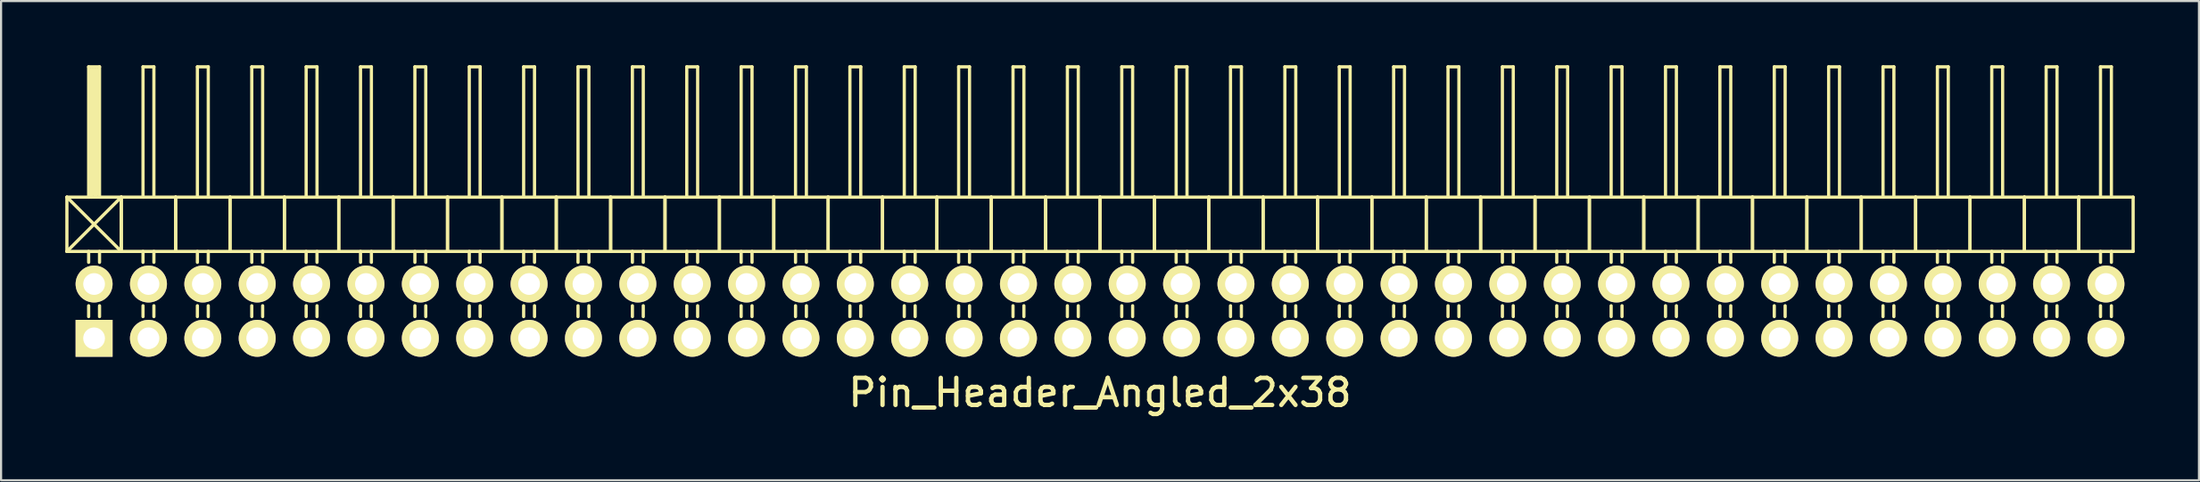
<source format=kicad_pcb>
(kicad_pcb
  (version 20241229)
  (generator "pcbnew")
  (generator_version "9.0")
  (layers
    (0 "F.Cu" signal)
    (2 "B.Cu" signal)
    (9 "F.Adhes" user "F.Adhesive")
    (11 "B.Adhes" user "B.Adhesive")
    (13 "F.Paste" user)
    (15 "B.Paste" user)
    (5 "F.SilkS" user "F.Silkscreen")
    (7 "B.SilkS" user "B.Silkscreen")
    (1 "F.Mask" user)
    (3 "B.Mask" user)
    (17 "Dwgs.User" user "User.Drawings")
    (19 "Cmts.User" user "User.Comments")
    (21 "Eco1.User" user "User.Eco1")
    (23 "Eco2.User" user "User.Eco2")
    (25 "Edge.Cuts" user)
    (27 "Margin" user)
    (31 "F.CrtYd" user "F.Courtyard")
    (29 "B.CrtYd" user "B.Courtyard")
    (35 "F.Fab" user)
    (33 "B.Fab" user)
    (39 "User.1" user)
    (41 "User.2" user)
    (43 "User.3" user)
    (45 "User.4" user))
  (footprint "Pin_Header_Angled_2x38"
    (layer "F.Cu")
    (at 48.335 11.505)
    (property "Reference" "Pin_Header_Angled_2x38" (at 0 3.81 0) (layer "F.SilkS") (effects (font (size 1.27 1.27) (thickness 0.203))))
    (attr through_hole)
    (fp_line (start -48.26 -5.334) (end -45.72 -2.794) (stroke (width 0.15) (type solid)) (layer "F.SilkS"))
    (fp_line (start -48.26 -2.794) (end -48.26 -5.334) (stroke (width 0.15) (type solid)) (layer "F.SilkS"))
    (fp_line (start -48.26 -2.794) (end -45.72 -5.334) (stroke (width 0.15) (type solid)) (layer "F.SilkS"))
    (fp_line (start -48.26 -2.794) (end -45.72 -2.794) (stroke (width 0.15) (type solid)) (layer "F.SilkS"))
    (fp_line (start -47.244 -11.43) (end -46.736 -11.43) (stroke (width 0.15) (type solid)) (layer "F.SilkS"))
    (fp_line (start -47.244 -5.334) (end -47.244 -11.43) (stroke (width 0.15) (type solid)) (layer "F.SilkS"))
    (fp_line (start -47.244 -2.794) (end -47.244 -2.286) (stroke (width 0.15) (type solid)) (layer "F.SilkS"))
    (fp_line (start -47.244 -0.254) (end -47.244 0.254) (stroke (width 0.15) (type solid)) (layer "F.SilkS"))
    (fp_line (start -47.117 -11.303) (end -46.863 -11.303) (stroke (width 0.15) (type solid)) (layer "F.SilkS"))
    (fp_line (start -47.117 -5.334) (end -47.117 -11.303) (stroke (width 0.15) (type solid)) (layer "F.SilkS"))
    (fp_line (start -46.99 -5.461) (end -46.99 -11.303) (stroke (width 0.15) (type solid)) (layer "F.SilkS"))
    (fp_line (start -46.863 -11.303) (end -46.863 -5.461) (stroke (width 0.15) (type solid)) (layer "F.SilkS"))
    (fp_line (start -46.863 -5.461) (end -46.99 -5.461) (stroke (width 0.15) (type solid)) (layer "F.SilkS"))
    (fp_line (start -46.736 -11.43) (end -46.736 -5.334) (stroke (width 0.15) (type solid)) (layer "F.SilkS"))
    (fp_line (start -46.736 -2.794) (end -46.736 -2.286) (stroke (width 0.15) (type solid)) (layer "F.SilkS"))
    (fp_line (start -46.736 -0.254) (end -46.736 0.254) (stroke (width 0.15) (type solid)) (layer "F.SilkS"))
    (fp_line (start -45.72 -5.334) (end -48.26 -5.334) (stroke (width 0.15) (type solid)) (layer "F.SilkS"))
    (fp_line (start -45.72 -2.794) (end -45.72 -5.334) (stroke (width 0.15) (type solid)) (layer "F.SilkS"))
    (fp_line (start -45.72 -2.794) (end -45.72 -5.334) (stroke (width 0.15) (type solid)) (layer "F.SilkS"))
    (fp_line (start -45.72 -2.794) (end -43.18 -2.794) (stroke (width 0.15) (type solid)) (layer "F.SilkS"))
    (fp_line (start -44.704 -11.43) (end -44.196 -11.43) (stroke (width 0.15) (type solid)) (layer "F.SilkS"))
    (fp_line (start -44.704 -5.334) (end -44.704 -11.43) (stroke (width 0.15) (type solid)) (layer "F.SilkS"))
    (fp_line (start -44.704 -2.794) (end -44.704 -2.286) (stroke (width 0.15) (type solid)) (layer "F.SilkS"))
    (fp_line (start -44.704 -0.254) (end -44.704 0.254) (stroke (width 0.15) (type solid)) (layer "F.SilkS"))
    (fp_line (start -44.196 -11.43) (end -44.196 -5.334) (stroke (width 0.15) (type solid)) (layer "F.SilkS"))
    (fp_line (start -44.196 -2.794) (end -44.196 -2.286) (stroke (width 0.15) (type solid)) (layer "F.SilkS"))
    (fp_line (start -44.196 -0.254) (end -44.196 0.254) (stroke (width 0.15) (type solid)) (layer "F.SilkS"))
    (fp_line (start -43.18 -5.334) (end -45.72 -5.334) (stroke (width 0.15) (type solid)) (layer "F.SilkS"))
    (fp_line (start -43.18 -2.794) (end -43.18 -5.334) (stroke (width 0.15) (type solid)) (layer "F.SilkS"))
    (fp_line (start -43.18 -2.794) (end -43.18 -5.334) (stroke (width 0.15) (type solid)) (layer "F.SilkS"))
    (fp_line (start -43.18 -2.794) (end -40.64 -2.794) (stroke (width 0.15) (type solid)) (layer "F.SilkS"))
    (fp_line (start -42.164 -11.43) (end -41.656 -11.43) (stroke (width 0.15) (type solid)) (layer "F.SilkS"))
    (fp_line (start -42.164 -5.334) (end -42.164 -11.43) (stroke (width 0.15) (type solid)) (layer "F.SilkS"))
    (fp_line (start -42.164 -2.794) (end -42.164 -2.286) (stroke (width 0.15) (type solid)) (layer "F.SilkS"))
    (fp_line (start -42.164 -0.254) (end -42.164 0.254) (stroke (width 0.15) (type solid)) (layer "F.SilkS"))
    (fp_line (start -41.656 -11.43) (end -41.656 -5.334) (stroke (width 0.15) (type solid)) (layer "F.SilkS"))
    (fp_line (start -41.656 -2.794) (end -41.656 -2.286) (stroke (width 0.15) (type solid)) (layer "F.SilkS"))
    (fp_line (start -41.656 -0.254) (end -41.656 0.254) (stroke (width 0.15) (type solid)) (layer "F.SilkS"))
    (fp_line (start -40.64 -5.334) (end -43.18 -5.334) (stroke (width 0.15) (type solid)) (layer "F.SilkS"))
    (fp_line (start -40.64 -2.794) (end -40.64 -5.334) (stroke (width 0.15) (type solid)) (layer "F.SilkS"))
    (fp_line (start -40.64 -2.794) (end -40.64 -5.334) (stroke (width 0.15) (type solid)) (layer "F.SilkS"))
    (fp_line (start -40.64 -2.794) (end -38.1 -2.794) (stroke (width 0.15) (type solid)) (layer "F.SilkS"))
    (fp_line (start -39.624 -11.43) (end -39.116 -11.43) (stroke (width 0.15) (type solid)) (layer "F.SilkS"))
    (fp_line (start -39.624 -5.334) (end -39.624 -11.43) (stroke (width 0.15) (type solid)) (layer "F.SilkS"))
    (fp_line (start -39.624 -2.794) (end -39.624 -2.286) (stroke (width 0.15) (type solid)) (layer "F.SilkS"))
    (fp_line (start -39.624 -0.254) (end -39.624 0.254) (stroke (width 0.15) (type solid)) (layer "F.SilkS"))
    (fp_line (start -39.116 -11.43) (end -39.116 -5.334) (stroke (width 0.15) (type solid)) (layer "F.SilkS"))
    (fp_line (start -39.116 -2.794) (end -39.116 -2.286) (stroke (width 0.15) (type solid)) (layer "F.SilkS"))
    (fp_line (start -39.116 -0.254) (end -39.116 0.254) (stroke (width 0.15) (type solid)) (layer "F.SilkS"))
    (fp_line (start -38.1 -5.334) (end -40.64 -5.334) (stroke (width 0.15) (type solid)) (layer "F.SilkS"))
    (fp_line (start -38.1 -2.794) (end -38.1 -5.334) (stroke (width 0.15) (type solid)) (layer "F.SilkS"))
    (fp_line (start -38.1 -2.794) (end -38.1 -5.334) (stroke (width 0.15) (type solid)) (layer "F.SilkS"))
    (fp_line (start -38.1 -2.794) (end -35.56 -2.794) (stroke (width 0.15) (type solid)) (layer "F.SilkS"))
    (fp_line (start -37.084 -11.43) (end -36.576 -11.43) (stroke (width 0.15) (type solid)) (layer "F.SilkS"))
    (fp_line (start -37.084 -5.334) (end -37.084 -11.43) (stroke (width 0.15) (type solid)) (layer "F.SilkS"))
    (fp_line (start -37.084 -2.794) (end -37.084 -2.286) (stroke (width 0.15) (type solid)) (layer "F.SilkS"))
    (fp_line (start -37.084 -0.254) (end -37.084 0.254) (stroke (width 0.15) (type solid)) (layer "F.SilkS"))
    (fp_line (start -36.576 -11.43) (end -36.576 -5.334) (stroke (width 0.15) (type solid)) (layer "F.SilkS"))
    (fp_line (start -36.576 -2.794) (end -36.576 -2.286) (stroke (width 0.15) (type solid)) (layer "F.SilkS"))
    (fp_line (start -36.576 -0.254) (end -36.576 0.254) (stroke (width 0.15) (type solid)) (layer "F.SilkS"))
    (fp_line (start -35.56 -5.334) (end -38.1 -5.334) (stroke (width 0.15) (type solid)) (layer "F.SilkS"))
    (fp_line (start -35.56 -2.794) (end -35.56 -5.334) (stroke (width 0.15) (type solid)) (layer "F.SilkS"))
    (fp_line (start -35.56 -2.794) (end -35.56 -5.334) (stroke (width 0.15) (type solid)) (layer "F.SilkS"))
    (fp_line (start -35.56 -2.794) (end -33.02 -2.794) (stroke (width 0.15) (type solid)) (layer "F.SilkS"))
    (fp_line (start -34.544 -11.43) (end -34.036 -11.43) (stroke (width 0.15) (type solid)) (layer "F.SilkS"))
    (fp_line (start -34.544 -5.334) (end -34.544 -11.43) (stroke (width 0.15) (type solid)) (layer "F.SilkS"))
    (fp_line (start -34.544 -2.794) (end -34.544 -2.286) (stroke (width 0.15) (type solid)) (layer "F.SilkS"))
    (fp_line (start -34.544 -0.254) (end -34.544 0.254) (stroke (width 0.15) (type solid)) (layer "F.SilkS"))
    (fp_line (start -34.036 -11.43) (end -34.036 -5.334) (stroke (width 0.15) (type solid)) (layer "F.SilkS"))
    (fp_line (start -34.036 -2.794) (end -34.036 -2.286) (stroke (width 0.15) (type solid)) (layer "F.SilkS"))
    (fp_line (start -34.036 -0.254) (end -34.036 0.254) (stroke (width 0.15) (type solid)) (layer "F.SilkS"))
    (fp_line (start -33.02 -5.334) (end -35.56 -5.334) (stroke (width 0.15) (type solid)) (layer "F.SilkS"))
    (fp_line (start -33.02 -2.794) (end -33.02 -5.334) (stroke (width 0.15) (type solid)) (layer "F.SilkS"))
    (fp_line (start -33.02 -2.794) (end -33.02 -5.334) (stroke (width 0.15) (type solid)) (layer "F.SilkS"))
    (fp_line (start -33.02 -2.794) (end -30.48 -2.794) (stroke (width 0.15) (type solid)) (layer "F.SilkS"))
    (fp_line (start -32.004 -11.43) (end -31.496 -11.43) (stroke (width 0.15) (type solid)) (layer "F.SilkS"))
    (fp_line (start -32.004 -5.334) (end -32.004 -11.43) (stroke (width 0.15) (type solid)) (layer "F.SilkS"))
    (fp_line (start -32.004 -2.794) (end -32.004 -2.286) (stroke (width 0.15) (type solid)) (layer "F.SilkS"))
    (fp_line (start -32.004 -0.254) (end -32.004 0.254) (stroke (width 0.15) (type solid)) (layer "F.SilkS"))
    (fp_line (start -31.496 -11.43) (end -31.496 -5.334) (stroke (width 0.15) (type solid)) (layer "F.SilkS"))
    (fp_line (start -31.496 -2.794) (end -31.496 -2.286) (stroke (width 0.15) (type solid)) (layer "F.SilkS"))
    (fp_line (start -31.496 -0.254) (end -31.496 0.254) (stroke (width 0.15) (type solid)) (layer "F.SilkS"))
    (fp_line (start -30.48 -5.334) (end -33.02 -5.334) (stroke (width 0.15) (type solid)) (layer "F.SilkS"))
    (fp_line (start -30.48 -2.794) (end -30.48 -5.334) (stroke (width 0.15) (type solid)) (layer "F.SilkS"))
    (fp_line (start -30.48 -2.794) (end -30.48 -5.334) (stroke (width 0.15) (type solid)) (layer "F.SilkS"))
    (fp_line (start -30.48 -2.794) (end -27.94 -2.794) (stroke (width 0.15) (type solid)) (layer "F.SilkS"))
    (fp_line (start -29.464 -11.43) (end -28.956 -11.43) (stroke (width 0.15) (type solid)) (layer "F.SilkS"))
    (fp_line (start -29.464 -5.334) (end -29.464 -11.43) (stroke (width 0.15) (type solid)) (layer "F.SilkS"))
    (fp_line (start -29.464 -2.794) (end -29.464 -2.286) (stroke (width 0.15) (type solid)) (layer "F.SilkS"))
    (fp_line (start -29.464 -0.254) (end -29.464 0.254) (stroke (width 0.15) (type solid)) (layer "F.SilkS"))
    (fp_line (start -28.956 -11.43) (end -28.956 -5.334) (stroke (width 0.15) (type solid)) (layer "F.SilkS"))
    (fp_line (start -28.956 -2.794) (end -28.956 -2.286) (stroke (width 0.15) (type solid)) (layer "F.SilkS"))
    (fp_line (start -28.956 -0.254) (end -28.956 0.254) (stroke (width 0.15) (type solid)) (layer "F.SilkS"))
    (fp_line (start -27.94 -5.334) (end -30.48 -5.334) (stroke (width 0.15) (type solid)) (layer "F.SilkS"))
    (fp_line (start -27.94 -2.794) (end -27.94 -5.334) (stroke (width 0.15) (type solid)) (layer "F.SilkS"))
    (fp_line (start -27.94 -2.794) (end -27.94 -5.334) (stroke (width 0.15) (type solid)) (layer "F.SilkS"))
    (fp_line (start -27.94 -2.794) (end -25.4 -2.794) (stroke (width 0.15) (type solid)) (layer "F.SilkS"))
    (fp_line (start -26.924 -11.43) (end -26.416 -11.43) (stroke (width 0.15) (type solid)) (layer "F.SilkS"))
    (fp_line (start -26.924 -5.334) (end -26.924 -11.43) (stroke (width 0.15) (type solid)) (layer "F.SilkS"))
    (fp_line (start -26.924 -2.794) (end -26.924 -2.286) (stroke (width 0.15) (type solid)) (layer "F.SilkS"))
    (fp_line (start -26.924 -0.254) (end -26.924 0.254) (stroke (width 0.15) (type solid)) (layer "F.SilkS"))
    (fp_line (start -26.416 -11.43) (end -26.416 -5.334) (stroke (width 0.15) (type solid)) (layer "F.SilkS"))
    (fp_line (start -26.416 -2.794) (end -26.416 -2.286) (stroke (width 0.15) (type solid)) (layer "F.SilkS"))
    (fp_line (start -26.416 -0.254) (end -26.416 0.254) (stroke (width 0.15) (type solid)) (layer "F.SilkS"))
    (fp_line (start -25.4 -5.334) (end -27.94 -5.334) (stroke (width 0.15) (type solid)) (layer "F.SilkS"))
    (fp_line (start -25.4 -2.794) (end -25.4 -5.334) (stroke (width 0.15) (type solid)) (layer "F.SilkS"))
    (fp_line (start -25.4 -2.794) (end -25.4 -5.334) (stroke (width 0.15) (type solid)) (layer "F.SilkS"))
    (fp_line (start -25.4 -2.794) (end -22.86 -2.794) (stroke (width 0.15) (type solid)) (layer "F.SilkS"))
    (fp_line (start -24.384 -11.43) (end -23.876 -11.43) (stroke (width 0.15) (type solid)) (layer "F.SilkS"))
    (fp_line (start -24.384 -5.334) (end -24.384 -11.43) (stroke (width 0.15) (type solid)) (layer "F.SilkS"))
    (fp_line (start -24.384 -2.794) (end -24.384 -2.286) (stroke (width 0.15) (type solid)) (layer "F.SilkS"))
    (fp_line (start -24.384 -0.254) (end -24.384 0.254) (stroke (width 0.15) (type solid)) (layer "F.SilkS"))
    (fp_line (start -23.876 -11.43) (end -23.876 -5.334) (stroke (width 0.15) (type solid)) (layer "F.SilkS"))
    (fp_line (start -23.876 -2.794) (end -23.876 -2.286) (stroke (width 0.15) (type solid)) (layer "F.SilkS"))
    (fp_line (start -23.876 -0.254) (end -23.876 0.254) (stroke (width 0.15) (type solid)) (layer "F.SilkS"))
    (fp_line (start -22.86 -5.334) (end -25.4 -5.334) (stroke (width 0.15) (type solid)) (layer "F.SilkS"))
    (fp_line (start -22.86 -2.794) (end -22.86 -5.334) (stroke (width 0.15) (type solid)) (layer "F.SilkS"))
    (fp_line (start -22.86 -2.794) (end -22.86 -5.334) (stroke (width 0.15) (type solid)) (layer "F.SilkS"))
    (fp_line (start -22.86 -2.794) (end -20.32 -2.794) (stroke (width 0.15) (type solid)) (layer "F.SilkS"))
    (fp_line (start -21.844 -11.43) (end -21.336 -11.43) (stroke (width 0.15) (type solid)) (layer "F.SilkS"))
    (fp_line (start -21.844 -5.334) (end -21.844 -11.43) (stroke (width 0.15) (type solid)) (layer "F.SilkS"))
    (fp_line (start -21.844 -2.794) (end -21.844 -2.286) (stroke (width 0.15) (type solid)) (layer "F.SilkS"))
    (fp_line (start -21.844 -0.254) (end -21.844 0.254) (stroke (width 0.15) (type solid)) (layer "F.SilkS"))
    (fp_line (start -21.336 -11.43) (end -21.336 -5.334) (stroke (width 0.15) (type solid)) (layer "F.SilkS"))
    (fp_line (start -21.336 -2.794) (end -21.336 -2.286) (stroke (width 0.15) (type solid)) (layer "F.SilkS"))
    (fp_line (start -21.336 -0.254) (end -21.336 0.254) (stroke (width 0.15) (type solid)) (layer "F.SilkS"))
    (fp_line (start -20.32 -5.334) (end -22.86 -5.334) (stroke (width 0.15) (type solid)) (layer "F.SilkS"))
    (fp_line (start -20.32 -2.794) (end -20.32 -5.334) (stroke (width 0.15) (type solid)) (layer "F.SilkS"))
    (fp_line (start -20.32 -2.794) (end -20.32 -5.334) (stroke (width 0.15) (type solid)) (layer "F.SilkS"))
    (fp_line (start -20.32 -2.794) (end -17.78 -2.794) (stroke (width 0.15) (type solid)) (layer "F.SilkS"))
    (fp_line (start -19.304 -11.43) (end -18.796 -11.43) (stroke (width 0.15) (type solid)) (layer "F.SilkS"))
    (fp_line (start -19.304 -5.334) (end -19.304 -11.43) (stroke (width 0.15) (type solid)) (layer "F.SilkS"))
    (fp_line (start -19.304 -2.794) (end -19.304 -2.286) (stroke (width 0.15) (type solid)) (layer "F.SilkS"))
    (fp_line (start -19.304 -0.254) (end -19.304 0.254) (stroke (width 0.15) (type solid)) (layer "F.SilkS"))
    (fp_line (start -18.796 -11.43) (end -18.796 -5.334) (stroke (width 0.15) (type solid)) (layer "F.SilkS"))
    (fp_line (start -18.796 -2.794) (end -18.796 -2.286) (stroke (width 0.15) (type solid)) (layer "F.SilkS"))
    (fp_line (start -18.796 -0.254) (end -18.796 0.254) (stroke (width 0.15) (type solid)) (layer "F.SilkS"))
    (fp_line (start -17.78 -5.334) (end -20.32 -5.334) (stroke (width 0.15) (type solid)) (layer "F.SilkS"))
    (fp_line (start -17.78 -2.794) (end -17.78 -5.334) (stroke (width 0.15) (type solid)) (layer "F.SilkS"))
    (fp_line (start -17.78 -2.794) (end -17.78 -5.334) (stroke (width 0.15) (type solid)) (layer "F.SilkS"))
    (fp_line (start -17.78 -2.794) (end -15.24 -2.794) (stroke (width 0.15) (type solid)) (layer "F.SilkS"))
    (fp_line (start -16.764 -11.43) (end -16.256 -11.43) (stroke (width 0.15) (type solid)) (layer "F.SilkS"))
    (fp_line (start -16.764 -5.334) (end -16.764 -11.43) (stroke (width 0.15) (type solid)) (layer "F.SilkS"))
    (fp_line (start -16.764 -2.794) (end -16.764 -2.286) (stroke (width 0.15) (type solid)) (layer "F.SilkS"))
    (fp_line (start -16.764 -0.254) (end -16.764 0.254) (stroke (width 0.15) (type solid)) (layer "F.SilkS"))
    (fp_line (start -16.256 -11.43) (end -16.256 -5.334) (stroke (width 0.15) (type solid)) (layer "F.SilkS"))
    (fp_line (start -16.256 -2.794) (end -16.256 -2.286) (stroke (width 0.15) (type solid)) (layer "F.SilkS"))
    (fp_line (start -16.256 -0.254) (end -16.256 0.254) (stroke (width 0.15) (type solid)) (layer "F.SilkS"))
    (fp_line (start -15.24 -5.334) (end -17.78 -5.334) (stroke (width 0.15) (type solid)) (layer "F.SilkS"))
    (fp_line (start -15.24 -2.794) (end -15.24 -5.334) (stroke (width 0.15) (type solid)) (layer "F.SilkS"))
    (fp_line (start -15.24 -2.794) (end -15.24 -5.334) (stroke (width 0.15) (type solid)) (layer "F.SilkS"))
    (fp_line (start -15.24 -2.794) (end -12.7 -2.794) (stroke (width 0.15) (type solid)) (layer "F.SilkS"))
    (fp_line (start -14.224 -11.43) (end -13.716 -11.43) (stroke (width 0.15) (type solid)) (layer "F.SilkS"))
    (fp_line (start -14.224 -5.334) (end -14.224 -11.43) (stroke (width 0.15) (type solid)) (layer "F.SilkS"))
    (fp_line (start -14.224 -2.794) (end -14.224 -2.286) (stroke (width 0.15) (type solid)) (layer "F.SilkS"))
    (fp_line (start -14.224 -0.254) (end -14.224 0.254) (stroke (width 0.15) (type solid)) (layer "F.SilkS"))
    (fp_line (start -13.716 -11.43) (end -13.716 -5.334) (stroke (width 0.15) (type solid)) (layer "F.SilkS"))
    (fp_line (start -13.716 -2.794) (end -13.716 -2.286) (stroke (width 0.15) (type solid)) (layer "F.SilkS"))
    (fp_line (start -13.716 -0.254) (end -13.716 0.254) (stroke (width 0.15) (type solid)) (layer "F.SilkS"))
    (fp_line (start -12.7 -5.334) (end -15.24 -5.334) (stroke (width 0.15) (type solid)) (layer "F.SilkS"))
    (fp_line (start -12.7 -2.794) (end -12.7 -5.334) (stroke (width 0.15) (type solid)) (layer "F.SilkS"))
    (fp_line (start -12.7 -2.794) (end -12.7 -5.334) (stroke (width 0.15) (type solid)) (layer "F.SilkS"))
    (fp_line (start -12.7 -2.794) (end -10.16 -2.794) (stroke (width 0.15) (type solid)) (layer "F.SilkS"))
    (fp_line (start -11.684 -11.43) (end -11.176 -11.43) (stroke (width 0.15) (type solid)) (layer "F.SilkS"))
    (fp_line (start -11.684 -5.334) (end -11.684 -11.43) (stroke (width 0.15) (type solid)) (layer "F.SilkS"))
    (fp_line (start -11.684 -2.794) (end -11.684 -2.286) (stroke (width 0.15) (type solid)) (layer "F.SilkS"))
    (fp_line (start -11.684 -0.254) (end -11.684 0.254) (stroke (width 0.15) (type solid)) (layer "F.SilkS"))
    (fp_line (start -11.176 -11.43) (end -11.176 -5.334) (stroke (width 0.15) (type solid)) (layer "F.SilkS"))
    (fp_line (start -11.176 -2.794) (end -11.176 -2.286) (stroke (width 0.15) (type solid)) (layer "F.SilkS"))
    (fp_line (start -11.176 -0.254) (end -11.176 0.254) (stroke (width 0.15) (type solid)) (layer "F.SilkS"))
    (fp_line (start -10.16 -5.334) (end -12.7 -5.334) (stroke (width 0.15) (type solid)) (layer "F.SilkS"))
    (fp_line (start -10.16 -2.794) (end -10.16 -5.334) (stroke (width 0.15) (type solid)) (layer "F.SilkS"))
    (fp_line (start -10.16 -2.794) (end -10.16 -5.334) (stroke (width 0.15) (type solid)) (layer "F.SilkS"))
    (fp_line (start -10.16 -2.794) (end -7.62 -2.794) (stroke (width 0.15) (type solid)) (layer "F.SilkS"))
    (fp_line (start -9.144 -11.43) (end -8.636 -11.43) (stroke (width 0.15) (type solid)) (layer "F.SilkS"))
    (fp_line (start -9.144 -5.334) (end -9.144 -11.43) (stroke (width 0.15) (type solid)) (layer "F.SilkS"))
    (fp_line (start -9.144 -2.794) (end -9.144 -2.286) (stroke (width 0.15) (type solid)) (layer "F.SilkS"))
    (fp_line (start -9.144 -0.254) (end -9.144 0.254) (stroke (width 0.15) (type solid)) (layer "F.SilkS"))
    (fp_line (start -8.636 -11.43) (end -8.636 -5.334) (stroke (width 0.15) (type solid)) (layer "F.SilkS"))
    (fp_line (start -8.636 -2.794) (end -8.636 -2.286) (stroke (width 0.15) (type solid)) (layer "F.SilkS"))
    (fp_line (start -8.636 -0.254) (end -8.636 0.254) (stroke (width 0.15) (type solid)) (layer "F.SilkS"))
    (fp_line (start -7.62 -5.334) (end -10.16 -5.334) (stroke (width 0.15) (type solid)) (layer "F.SilkS"))
    (fp_line (start -7.62 -2.794) (end -7.62 -5.334) (stroke (width 0.15) (type solid)) (layer "F.SilkS"))
    (fp_line (start -7.62 -2.794) (end -7.62 -5.334) (stroke (width 0.15) (type solid)) (layer "F.SilkS"))
    (fp_line (start -7.62 -2.794) (end -5.08 -2.794) (stroke (width 0.15) (type solid)) (layer "F.SilkS"))
    (fp_line (start -6.604 -11.43) (end -6.096 -11.43) (stroke (width 0.15) (type solid)) (layer "F.SilkS"))
    (fp_line (start -6.604 -5.334) (end -6.604 -11.43) (stroke (width 0.15) (type solid)) (layer "F.SilkS"))
    (fp_line (start -6.604 -2.794) (end -6.604 -2.286) (stroke (width 0.15) (type solid)) (layer "F.SilkS"))
    (fp_line (start -6.604 -0.254) (end -6.604 0.254) (stroke (width 0.15) (type solid)) (layer "F.SilkS"))
    (fp_line (start -6.096 -11.43) (end -6.096 -5.334) (stroke (width 0.15) (type solid)) (layer "F.SilkS"))
    (fp_line (start -6.096 -2.794) (end -6.096 -2.286) (stroke (width 0.15) (type solid)) (layer "F.SilkS"))
    (fp_line (start -6.096 -0.254) (end -6.096 0.254) (stroke (width 0.15) (type solid)) (layer "F.SilkS"))
    (fp_line (start -5.08 -5.334) (end -7.62 -5.334) (stroke (width 0.15) (type solid)) (layer "F.SilkS"))
    (fp_line (start -5.08 -2.794) (end -5.08 -5.334) (stroke (width 0.15) (type solid)) (layer "F.SilkS"))
    (fp_line (start -5.08 -2.794) (end -5.08 -5.334) (stroke (width 0.15) (type solid)) (layer "F.SilkS"))
    (fp_line (start -5.08 -2.794) (end -2.54 -2.794) (stroke (width 0.15) (type solid)) (layer "F.SilkS"))
    (fp_line (start -4.064 -11.43) (end -3.556 -11.43) (stroke (width 0.15) (type solid)) (layer "F.SilkS"))
    (fp_line (start -4.064 -5.334) (end -4.064 -11.43) (stroke (width 0.15) (type solid)) (layer "F.SilkS"))
    (fp_line (start -4.064 -2.794) (end -4.064 -2.286) (stroke (width 0.15) (type solid)) (layer "F.SilkS"))
    (fp_line (start -4.064 -0.254) (end -4.064 0.254) (stroke (width 0.15) (type solid)) (layer "F.SilkS"))
    (fp_line (start -3.556 -11.43) (end -3.556 -5.334) (stroke (width 0.15) (type solid)) (layer "F.SilkS"))
    (fp_line (start -3.556 -2.794) (end -3.556 -2.286) (stroke (width 0.15) (type solid)) (layer "F.SilkS"))
    (fp_line (start -3.556 -0.254) (end -3.556 0.254) (stroke (width 0.15) (type solid)) (layer "F.SilkS"))
    (fp_line (start -2.54 -5.334) (end -5.08 -5.334) (stroke (width 0.15) (type solid)) (layer "F.SilkS"))
    (fp_line (start -2.54 -2.794) (end -2.54 -5.334) (stroke (width 0.15) (type solid)) (layer "F.SilkS"))
    (fp_line (start -2.54 -2.794) (end -2.54 -5.334) (stroke (width 0.15) (type solid)) (layer "F.SilkS"))
    (fp_line (start -2.54 -2.794) (end 0 -2.794) (stroke (width 0.15) (type solid)) (layer "F.SilkS"))
    (fp_line (start -1.524 -11.43) (end -1.016 -11.43) (stroke (width 0.15) (type solid)) (layer "F.SilkS"))
    (fp_line (start -1.524 -5.334) (end -1.524 -11.43) (stroke (width 0.15) (type solid)) (layer "F.SilkS"))
    (fp_line (start -1.524 -2.794) (end -1.524 -2.286) (stroke (width 0.15) (type solid)) (layer "F.SilkS"))
    (fp_line (start -1.524 -0.254) (end -1.524 0.254) (stroke (width 0.15) (type solid)) (layer "F.SilkS"))
    (fp_line (start -1.016 -11.43) (end -1.016 -5.334) (stroke (width 0.15) (type solid)) (layer "F.SilkS"))
    (fp_line (start -1.016 -2.794) (end -1.016 -2.286) (stroke (width 0.15) (type solid)) (layer "F.SilkS"))
    (fp_line (start -1.016 -0.254) (end -1.016 0.254) (stroke (width 0.15) (type solid)) (layer "F.SilkS"))
    (fp_line (start 0 -5.334) (end -2.54 -5.334) (stroke (width 0.15) (type solid)) (layer "F.SilkS"))
    (fp_line (start 0 -2.794) (end 0 -5.334) (stroke (width 0.15) (type solid)) (layer "F.SilkS"))
    (fp_line (start 0 -2.794) (end 0 -5.334) (stroke (width 0.15) (type solid)) (layer "F.SilkS"))
    (fp_line (start 0 -2.794) (end 2.54 -2.794) (stroke (width 0.15) (type solid)) (layer "F.SilkS"))
    (fp_line (start 1.016 -11.43) (end 1.524 -11.43) (stroke (width 0.15) (type solid)) (layer "F.SilkS"))
    (fp_line (start 1.016 -5.334) (end 1.016 -11.43) (stroke (width 0.15) (type solid)) (layer "F.SilkS"))
    (fp_line (start 1.016 -2.794) (end 1.016 -2.286) (stroke (width 0.15) (type solid)) (layer "F.SilkS"))
    (fp_line (start 1.016 -0.254) (end 1.016 0.254) (stroke (width 0.15) (type solid)) (layer "F.SilkS"))
    (fp_line (start 1.524 -11.43) (end 1.524 -5.334) (stroke (width 0.15) (type solid)) (layer "F.SilkS"))
    (fp_line (start 1.524 -2.794) (end 1.524 -2.286) (stroke (width 0.15) (type solid)) (layer "F.SilkS"))
    (fp_line (start 1.524 -0.254) (end 1.524 0.254) (stroke (width 0.15) (type solid)) (layer "F.SilkS"))
    (fp_line (start 2.54 -5.334) (end 0 -5.334) (stroke (width 0.15) (type solid)) (layer "F.SilkS"))
    (fp_line (start 2.54 -2.794) (end 2.54 -5.334) (stroke (width 0.15) (type solid)) (layer "F.SilkS"))
    (fp_line (start 2.54 -2.794) (end 2.54 -5.334) (stroke (width 0.15) (type solid)) (layer "F.SilkS"))
    (fp_line (start 2.54 -2.794) (end 5.08 -2.794) (stroke (width 0.15) (type solid)) (layer "F.SilkS"))
    (fp_line (start 3.556 -11.43) (end 4.064 -11.43) (stroke (width 0.15) (type solid)) (layer "F.SilkS"))
    (fp_line (start 3.556 -5.334) (end 3.556 -11.43) (stroke (width 0.15) (type solid)) (layer "F.SilkS"))
    (fp_line (start 3.556 -2.794) (end 3.556 -2.286) (stroke (width 0.15) (type solid)) (layer "F.SilkS"))
    (fp_line (start 3.556 -0.254) (end 3.556 0.254) (stroke (width 0.15) (type solid)) (layer "F.SilkS"))
    (fp_line (start 4.064 -11.43) (end 4.064 -5.334) (stroke (width 0.15) (type solid)) (layer "F.SilkS"))
    (fp_line (start 4.064 -2.794) (end 4.064 -2.286) (stroke (width 0.15) (type solid)) (layer "F.SilkS"))
    (fp_line (start 4.064 -0.254) (end 4.064 0.254) (stroke (width 0.15) (type solid)) (layer "F.SilkS"))
    (fp_line (start 5.08 -5.334) (end 2.54 -5.334) (stroke (width 0.15) (type solid)) (layer "F.SilkS"))
    (fp_line (start 5.08 -2.794) (end 5.08 -5.334) (stroke (width 0.15) (type solid)) (layer "F.SilkS"))
    (fp_line (start 5.08 -2.794) (end 5.08 -5.334) (stroke (width 0.15) (type solid)) (layer "F.SilkS"))
    (fp_line (start 5.08 -2.794) (end 7.62 -2.794) (stroke (width 0.15) (type solid)) (layer "F.SilkS"))
    (fp_line (start 6.096 -11.43) (end 6.604 -11.43) (stroke (width 0.15) (type solid)) (layer "F.SilkS"))
    (fp_line (start 6.096 -5.334) (end 6.096 -11.43) (stroke (width 0.15) (type solid)) (layer "F.SilkS"))
    (fp_line (start 6.096 -2.794) (end 6.096 -2.286) (stroke (width 0.15) (type solid)) (layer "F.SilkS"))
    (fp_line (start 6.096 -0.254) (end 6.096 0.254) (stroke (width 0.15) (type solid)) (layer "F.SilkS"))
    (fp_line (start 6.604 -11.43) (end 6.604 -5.334) (stroke (width 0.15) (type solid)) (layer "F.SilkS"))
    (fp_line (start 6.604 -2.794) (end 6.604 -2.286) (stroke (width 0.15) (type solid)) (layer "F.SilkS"))
    (fp_line (start 6.604 -0.254) (end 6.604 0.254) (stroke (width 0.15) (type solid)) (layer "F.SilkS"))
    (fp_line (start 7.62 -5.334) (end 5.08 -5.334) (stroke (width 0.15) (type solid)) (layer "F.SilkS"))
    (fp_line (start 7.62 -2.794) (end 7.62 -5.334) (stroke (width 0.15) (type solid)) (layer "F.SilkS"))
    (fp_line (start 7.62 -2.794) (end 7.62 -5.334) (stroke (width 0.15) (type solid)) (layer "F.SilkS"))
    (fp_line (start 7.62 -2.794) (end 10.16 -2.794) (stroke (width 0.15) (type solid)) (layer "F.SilkS"))
    (fp_line (start 8.636 -11.43) (end 9.144 -11.43) (stroke (width 0.15) (type solid)) (layer "F.SilkS"))
    (fp_line (start 8.636 -5.334) (end 8.636 -11.43) (stroke (width 0.15) (type solid)) (layer "F.SilkS"))
    (fp_line (start 8.636 -2.794) (end 8.636 -2.286) (stroke (width 0.15) (type solid)) (layer "F.SilkS"))
    (fp_line (start 8.636 -0.254) (end 8.636 0.254) (stroke (width 0.15) (type solid)) (layer "F.SilkS"))
    (fp_line (start 9.144 -11.43) (end 9.144 -5.334) (stroke (width 0.15) (type solid)) (layer "F.SilkS"))
    (fp_line (start 9.144 -2.794) (end 9.144 -2.286) (stroke (width 0.15) (type solid)) (layer "F.SilkS"))
    (fp_line (start 9.144 -0.254) (end 9.144 0.254) (stroke (width 0.15) (type solid)) (layer "F.SilkS"))
    (fp_line (start 10.16 -5.334) (end 7.62 -5.334) (stroke (width 0.15) (type solid)) (layer "F.SilkS"))
    (fp_line (start 10.16 -2.794) (end 10.16 -5.334) (stroke (width 0.15) (type solid)) (layer "F.SilkS"))
    (fp_line (start 10.16 -2.794) (end 10.16 -5.334) (stroke (width 0.15) (type solid)) (layer "F.SilkS"))
    (fp_line (start 10.16 -2.794) (end 12.7 -2.794) (stroke (width 0.15) (type solid)) (layer "F.SilkS"))
    (fp_line (start 11.176 -11.43) (end 11.684 -11.43) (stroke (width 0.15) (type solid)) (layer "F.SilkS"))
    (fp_line (start 11.176 -5.334) (end 11.176 -11.43) (stroke (width 0.15) (type solid)) (layer "F.SilkS"))
    (fp_line (start 11.176 -2.794) (end 11.176 -2.286) (stroke (width 0.15) (type solid)) (layer "F.SilkS"))
    (fp_line (start 11.176 -0.254) (end 11.176 0.254) (stroke (width 0.15) (type solid)) (layer "F.SilkS"))
    (fp_line (start 11.684 -11.43) (end 11.684 -5.334) (stroke (width 0.15) (type solid)) (layer "F.SilkS"))
    (fp_line (start 11.684 -2.794) (end 11.684 -2.286) (stroke (width 0.15) (type solid)) (layer "F.SilkS"))
    (fp_line (start 11.684 -0.254) (end 11.684 0.254) (stroke (width 0.15) (type solid)) (layer "F.SilkS"))
    (fp_line (start 12.7 -5.334) (end 10.16 -5.334) (stroke (width 0.15) (type solid)) (layer "F.SilkS"))
    (fp_line (start 12.7 -2.794) (end 12.7 -5.334) (stroke (width 0.15) (type solid)) (layer "F.SilkS"))
    (fp_line (start 12.7 -2.794) (end 12.7 -5.334) (stroke (width 0.15) (type solid)) (layer "F.SilkS"))
    (fp_line (start 12.7 -2.794) (end 15.24 -2.794) (stroke (width 0.15) (type solid)) (layer "F.SilkS"))
    (fp_line (start 13.716 -11.43) (end 14.224 -11.43) (stroke (width 0.15) (type solid)) (layer "F.SilkS"))
    (fp_line (start 13.716 -5.334) (end 13.716 -11.43) (stroke (width 0.15) (type solid)) (layer "F.SilkS"))
    (fp_line (start 13.716 -2.794) (end 13.716 -2.286) (stroke (width 0.15) (type solid)) (layer "F.SilkS"))
    (fp_line (start 13.716 -0.254) (end 13.716 0.254) (stroke (width 0.15) (type solid)) (layer "F.SilkS"))
    (fp_line (start 14.224 -11.43) (end 14.224 -5.334) (stroke (width 0.15) (type solid)) (layer "F.SilkS"))
    (fp_line (start 14.224 -2.794) (end 14.224 -2.286) (stroke (width 0.15) (type solid)) (layer "F.SilkS"))
    (fp_line (start 14.224 -0.254) (end 14.224 0.254) (stroke (width 0.15) (type solid)) (layer "F.SilkS"))
    (fp_line (start 15.24 -5.334) (end 12.7 -5.334) (stroke (width 0.15) (type solid)) (layer "F.SilkS"))
    (fp_line (start 15.24 -2.794) (end 15.24 -5.334) (stroke (width 0.15) (type solid)) (layer "F.SilkS"))
    (fp_line (start 15.24 -2.794) (end 15.24 -5.334) (stroke (width 0.15) (type solid)) (layer "F.SilkS"))
    (fp_line (start 15.24 -2.794) (end 17.78 -2.794) (stroke (width 0.15) (type solid)) (layer "F.SilkS"))
    (fp_line (start 16.256 -11.43) (end 16.764 -11.43) (stroke (width 0.15) (type solid)) (layer "F.SilkS"))
    (fp_line (start 16.256 -5.334) (end 16.256 -11.43) (stroke (width 0.15) (type solid)) (layer "F.SilkS"))
    (fp_line (start 16.256 -2.794) (end 16.256 -2.286) (stroke (width 0.15) (type solid)) (layer "F.SilkS"))
    (fp_line (start 16.256 -0.254) (end 16.256 0.254) (stroke (width 0.15) (type solid)) (layer "F.SilkS"))
    (fp_line (start 16.764 -11.43) (end 16.764 -5.334) (stroke (width 0.15) (type solid)) (layer "F.SilkS"))
    (fp_line (start 16.764 -2.794) (end 16.764 -2.286) (stroke (width 0.15) (type solid)) (layer "F.SilkS"))
    (fp_line (start 16.764 -0.254) (end 16.764 0.254) (stroke (width 0.15) (type solid)) (layer "F.SilkS"))
    (fp_line (start 17.78 -5.334) (end 15.24 -5.334) (stroke (width 0.15) (type solid)) (layer "F.SilkS"))
    (fp_line (start 17.78 -2.794) (end 17.78 -5.334) (stroke (width 0.15) (type solid)) (layer "F.SilkS"))
    (fp_line (start 17.78 -2.794) (end 17.78 -5.334) (stroke (width 0.15) (type solid)) (layer "F.SilkS"))
    (fp_line (start 17.78 -2.794) (end 20.32 -2.794) (stroke (width 0.15) (type solid)) (layer "F.SilkS"))
    (fp_line (start 18.796 -11.43) (end 19.304 -11.43) (stroke (width 0.15) (type solid)) (layer "F.SilkS"))
    (fp_line (start 18.796 -5.334) (end 18.796 -11.43) (stroke (width 0.15) (type solid)) (layer "F.SilkS"))
    (fp_line (start 18.796 -2.794) (end 18.796 -2.286) (stroke (width 0.15) (type solid)) (layer "F.SilkS"))
    (fp_line (start 18.796 -0.254) (end 18.796 0.254) (stroke (width 0.15) (type solid)) (layer "F.SilkS"))
    (fp_line (start 19.304 -11.43) (end 19.304 -5.334) (stroke (width 0.15) (type solid)) (layer "F.SilkS"))
    (fp_line (start 19.304 -2.794) (end 19.304 -2.286) (stroke (width 0.15) (type solid)) (layer "F.SilkS"))
    (fp_line (start 19.304 -0.254) (end 19.304 0.254) (stroke (width 0.15) (type solid)) (layer "F.SilkS"))
    (fp_line (start 20.32 -5.334) (end 17.78 -5.334) (stroke (width 0.15) (type solid)) (layer "F.SilkS"))
    (fp_line (start 20.32 -2.794) (end 20.32 -5.334) (stroke (width 0.15) (type solid)) (layer "F.SilkS"))
    (fp_line (start 20.32 -2.794) (end 20.32 -5.334) (stroke (width 0.15) (type solid)) (layer "F.SilkS"))
    (fp_line (start 20.32 -2.794) (end 22.86 -2.794) (stroke (width 0.15) (type solid)) (layer "F.SilkS"))
    (fp_line (start 21.336 -11.43) (end 21.844 -11.43) (stroke (width 0.15) (type solid)) (layer "F.SilkS"))
    (fp_line (start 21.336 -5.334) (end 21.336 -11.43) (stroke (width 0.15) (type solid)) (layer "F.SilkS"))
    (fp_line (start 21.336 -2.794) (end 21.336 -2.286) (stroke (width 0.15) (type solid)) (layer "F.SilkS"))
    (fp_line (start 21.336 -0.254) (end 21.336 0.254) (stroke (width 0.15) (type solid)) (layer "F.SilkS"))
    (fp_line (start 21.844 -11.43) (end 21.844 -5.334) (stroke (width 0.15) (type solid)) (layer "F.SilkS"))
    (fp_line (start 21.844 -2.794) (end 21.844 -2.286) (stroke (width 0.15) (type solid)) (layer "F.SilkS"))
    (fp_line (start 21.844 -0.254) (end 21.844 0.254) (stroke (width 0.15) (type solid)) (layer "F.SilkS"))
    (fp_line (start 22.86 -5.334) (end 20.32 -5.334) (stroke (width 0.15) (type solid)) (layer "F.SilkS"))
    (fp_line (start 22.86 -2.794) (end 22.86 -5.334) (stroke (width 0.15) (type solid)) (layer "F.SilkS"))
    (fp_line (start 22.86 -2.794) (end 22.86 -5.334) (stroke (width 0.15) (type solid)) (layer "F.SilkS"))
    (fp_line (start 22.86 -2.794) (end 25.4 -2.794) (stroke (width 0.15) (type solid)) (layer "F.SilkS"))
    (fp_line (start 23.876 -11.43) (end 24.384 -11.43) (stroke (width 0.15) (type solid)) (layer "F.SilkS"))
    (fp_line (start 23.876 -5.334) (end 23.876 -11.43) (stroke (width 0.15) (type solid)) (layer "F.SilkS"))
    (fp_line (start 23.876 -2.794) (end 23.876 -2.286) (stroke (width 0.15) (type solid)) (layer "F.SilkS"))
    (fp_line (start 23.876 -0.254) (end 23.876 0.254) (stroke (width 0.15) (type solid)) (layer "F.SilkS"))
    (fp_line (start 24.384 -11.43) (end 24.384 -5.334) (stroke (width 0.15) (type solid)) (layer "F.SilkS"))
    (fp_line (start 24.384 -2.794) (end 24.384 -2.286) (stroke (width 0.15) (type solid)) (layer "F.SilkS"))
    (fp_line (start 24.384 -0.254) (end 24.384 0.254) (stroke (width 0.15) (type solid)) (layer "F.SilkS"))
    (fp_line (start 25.4 -5.334) (end 22.86 -5.334) (stroke (width 0.15) (type solid)) (layer "F.SilkS"))
    (fp_line (start 25.4 -2.794) (end 25.4 -5.334) (stroke (width 0.15) (type solid)) (layer "F.SilkS"))
    (fp_line (start 25.4 -2.794) (end 25.4 -5.334) (stroke (width 0.15) (type solid)) (layer "F.SilkS"))
    (fp_line (start 25.4 -2.794) (end 27.94 -2.794) (stroke (width 0.15) (type solid)) (layer "F.SilkS"))
    (fp_line (start 26.416 -11.43) (end 26.924 -11.43) (stroke (width 0.15) (type solid)) (layer "F.SilkS"))
    (fp_line (start 26.416 -5.334) (end 26.416 -11.43) (stroke (width 0.15) (type solid)) (layer "F.SilkS"))
    (fp_line (start 26.416 -2.794) (end 26.416 -2.286) (stroke (width 0.15) (type solid)) (layer "F.SilkS"))
    (fp_line (start 26.416 -0.254) (end 26.416 0.254) (stroke (width 0.15) (type solid)) (layer "F.SilkS"))
    (fp_line (start 26.924 -11.43) (end 26.924 -5.334) (stroke (width 0.15) (type solid)) (layer "F.SilkS"))
    (fp_line (start 26.924 -2.794) (end 26.924 -2.286) (stroke (width 0.15) (type solid)) (layer "F.SilkS"))
    (fp_line (start 26.924 -0.254) (end 26.924 0.254) (stroke (width 0.15) (type solid)) (layer "F.SilkS"))
    (fp_line (start 27.94 -5.334) (end 25.4 -5.334) (stroke (width 0.15) (type solid)) (layer "F.SilkS"))
    (fp_line (start 27.94 -2.794) (end 27.94 -5.334) (stroke (width 0.15) (type solid)) (layer "F.SilkS"))
    (fp_line (start 27.94 -2.794) (end 27.94 -5.334) (stroke (width 0.15) (type solid)) (layer "F.SilkS"))
    (fp_line (start 27.94 -2.794) (end 30.48 -2.794) (stroke (width 0.15) (type solid)) (layer "F.SilkS"))
    (fp_line (start 28.956 -11.43) (end 29.464 -11.43) (stroke (width 0.15) (type solid)) (layer "F.SilkS"))
    (fp_line (start 28.956 -5.334) (end 28.956 -11.43) (stroke (width 0.15) (type solid)) (layer "F.SilkS"))
    (fp_line (start 28.956 -2.794) (end 28.956 -2.286) (stroke (width 0.15) (type solid)) (layer "F.SilkS"))
    (fp_line (start 28.956 -0.254) (end 28.956 0.254) (stroke (width 0.15) (type solid)) (layer "F.SilkS"))
    (fp_line (start 29.464 -11.43) (end 29.464 -5.334) (stroke (width 0.15) (type solid)) (layer "F.SilkS"))
    (fp_line (start 29.464 -2.794) (end 29.464 -2.286) (stroke (width 0.15) (type solid)) (layer "F.SilkS"))
    (fp_line (start 29.464 -0.254) (end 29.464 0.254) (stroke (width 0.15) (type solid)) (layer "F.SilkS"))
    (fp_line (start 30.48 -5.334) (end 27.94 -5.334) (stroke (width 0.15) (type solid)) (layer "F.SilkS"))
    (fp_line (start 30.48 -2.794) (end 30.48 -5.334) (stroke (width 0.15) (type solid)) (layer "F.SilkS"))
    (fp_line (start 30.48 -2.794) (end 30.48 -5.334) (stroke (width 0.15) (type solid)) (layer "F.SilkS"))
    (fp_line (start 30.48 -2.794) (end 33.02 -2.794) (stroke (width 0.15) (type solid)) (layer "F.SilkS"))
    (fp_line (start 31.496 -11.43) (end 32.004 -11.43) (stroke (width 0.15) (type solid)) (layer "F.SilkS"))
    (fp_line (start 31.496 -5.334) (end 31.496 -11.43) (stroke (width 0.15) (type solid)) (layer "F.SilkS"))
    (fp_line (start 31.496 -2.794) (end 31.496 -2.286) (stroke (width 0.15) (type solid)) (layer "F.SilkS"))
    (fp_line (start 31.496 -0.254) (end 31.496 0.254) (stroke (width 0.15) (type solid)) (layer "F.SilkS"))
    (fp_line (start 32.004 -11.43) (end 32.004 -5.334) (stroke (width 0.15) (type solid)) (layer "F.SilkS"))
    (fp_line (start 32.004 -2.794) (end 32.004 -2.286) (stroke (width 0.15) (type solid)) (layer "F.SilkS"))
    (fp_line (start 32.004 -0.254) (end 32.004 0.254) (stroke (width 0.15) (type solid)) (layer "F.SilkS"))
    (fp_line (start 33.02 -5.334) (end 30.48 -5.334) (stroke (width 0.15) (type solid)) (layer "F.SilkS"))
    (fp_line (start 33.02 -2.794) (end 33.02 -5.334) (stroke (width 0.15) (type solid)) (layer "F.SilkS"))
    (fp_line (start 33.02 -2.794) (end 33.02 -5.334) (stroke (width 0.15) (type solid)) (layer "F.SilkS"))
    (fp_line (start 33.02 -2.794) (end 35.56 -2.794) (stroke (width 0.15) (type solid)) (layer "F.SilkS"))
    (fp_line (start 34.036 -11.43) (end 34.544 -11.43) (stroke (width 0.15) (type solid)) (layer "F.SilkS"))
    (fp_line (start 34.036 -5.334) (end 34.036 -11.43) (stroke (width 0.15) (type solid)) (layer "F.SilkS"))
    (fp_line (start 34.036 -2.794) (end 34.036 -2.286) (stroke (width 0.15) (type solid)) (layer "F.SilkS"))
    (fp_line (start 34.036 -0.254) (end 34.036 0.254) (stroke (width 0.15) (type solid)) (layer "F.SilkS"))
    (fp_line (start 34.544 -11.43) (end 34.544 -5.334) (stroke (width 0.15) (type solid)) (layer "F.SilkS"))
    (fp_line (start 34.544 -2.794) (end 34.544 -2.286) (stroke (width 0.15) (type solid)) (layer "F.SilkS"))
    (fp_line (start 34.544 -0.254) (end 34.544 0.254) (stroke (width 0.15) (type solid)) (layer "F.SilkS"))
    (fp_line (start 35.56 -5.334) (end 33.02 -5.334) (stroke (width 0.15) (type solid)) (layer "F.SilkS"))
    (fp_line (start 35.56 -2.794) (end 35.56 -5.334) (stroke (width 0.15) (type solid)) (layer "F.SilkS"))
    (fp_line (start 35.56 -2.794) (end 35.56 -5.334) (stroke (width 0.15) (type solid)) (layer "F.SilkS"))
    (fp_line (start 35.56 -2.794) (end 38.1 -2.794) (stroke (width 0.15) (type solid)) (layer "F.SilkS"))
    (fp_line (start 36.576 -11.43) (end 37.084 -11.43) (stroke (width 0.15) (type solid)) (layer "F.SilkS"))
    (fp_line (start 36.576 -5.334) (end 36.576 -11.43) (stroke (width 0.15) (type solid)) (layer "F.SilkS"))
    (fp_line (start 36.576 -2.794) (end 36.576 -2.286) (stroke (width 0.15) (type solid)) (layer "F.SilkS"))
    (fp_line (start 36.576 -0.254) (end 36.576 0.254) (stroke (width 0.15) (type solid)) (layer "F.SilkS"))
    (fp_line (start 37.084 -11.43) (end 37.084 -5.334) (stroke (width 0.15) (type solid)) (layer "F.SilkS"))
    (fp_line (start 37.084 -2.794) (end 37.084 -2.286) (stroke (width 0.15) (type solid)) (layer "F.SilkS"))
    (fp_line (start 37.084 -0.254) (end 37.084 0.254) (stroke (width 0.15) (type solid)) (layer "F.SilkS"))
    (fp_line (start 38.1 -5.334) (end 35.56 -5.334) (stroke (width 0.15) (type solid)) (layer "F.SilkS"))
    (fp_line (start 38.1 -2.794) (end 38.1 -5.334) (stroke (width 0.15) (type solid)) (layer "F.SilkS"))
    (fp_line (start 38.1 -2.794) (end 38.1 -5.334) (stroke (width 0.15) (type solid)) (layer "F.SilkS"))
    (fp_line (start 38.1 -2.794) (end 40.64 -2.794) (stroke (width 0.15) (type solid)) (layer "F.SilkS"))
    (fp_line (start 39.116 -11.43) (end 39.624 -11.43) (stroke (width 0.15) (type solid)) (layer "F.SilkS"))
    (fp_line (start 39.116 -5.334) (end 39.116 -11.43) (stroke (width 0.15) (type solid)) (layer "F.SilkS"))
    (fp_line (start 39.116 -2.794) (end 39.116 -2.286) (stroke (width 0.15) (type solid)) (layer "F.SilkS"))
    (fp_line (start 39.116 -0.254) (end 39.116 0.254) (stroke (width 0.15) (type solid)) (layer "F.SilkS"))
    (fp_line (start 39.624 -11.43) (end 39.624 -5.334) (stroke (width 0.15) (type solid)) (layer "F.SilkS"))
    (fp_line (start 39.624 -2.794) (end 39.624 -2.286) (stroke (width 0.15) (type solid)) (layer "F.SilkS"))
    (fp_line (start 39.624 -0.254) (end 39.624 0.254) (stroke (width 0.15) (type solid)) (layer "F.SilkS"))
    (fp_line (start 40.64 -5.334) (end 38.1 -5.334) (stroke (width 0.15) (type solid)) (layer "F.SilkS"))
    (fp_line (start 40.64 -2.794) (end 40.64 -5.334) (stroke (width 0.15) (type solid)) (layer "F.SilkS"))
    (fp_line (start 40.64 -2.794) (end 40.64 -5.334) (stroke (width 0.15) (type solid)) (layer "F.SilkS"))
    (fp_line (start 40.64 -2.794) (end 43.18 -2.794) (stroke (width 0.15) (type solid)) (layer "F.SilkS"))
    (fp_line (start 41.656 -11.43) (end 42.164 -11.43) (stroke (width 0.15) (type solid)) (layer "F.SilkS"))
    (fp_line (start 41.656 -5.334) (end 41.656 -11.43) (stroke (width 0.15) (type solid)) (layer "F.SilkS"))
    (fp_line (start 41.656 -2.794) (end 41.656 -2.286) (stroke (width 0.15) (type solid)) (layer "F.SilkS"))
    (fp_line (start 41.656 -0.254) (end 41.656 0.254) (stroke (width 0.15) (type solid)) (layer "F.SilkS"))
    (fp_line (start 42.164 -11.43) (end 42.164 -5.334) (stroke (width 0.15) (type solid)) (layer "F.SilkS"))
    (fp_line (start 42.164 -2.794) (end 42.164 -2.286) (stroke (width 0.15) (type solid)) (layer "F.SilkS"))
    (fp_line (start 42.164 -0.254) (end 42.164 0.254) (stroke (width 0.15) (type solid)) (layer "F.SilkS"))
    (fp_line (start 43.18 -5.334) (end 40.64 -5.334) (stroke (width 0.15) (type solid)) (layer "F.SilkS"))
    (fp_line (start 43.18 -2.794) (end 43.18 -5.334) (stroke (width 0.15) (type solid)) (layer "F.SilkS"))
    (fp_line (start 43.18 -2.794) (end 43.18 -5.334) (stroke (width 0.15) (type solid)) (layer "F.SilkS"))
    (fp_line (start 43.18 -2.794) (end 45.72 -2.794) (stroke (width 0.15) (type solid)) (layer "F.SilkS"))
    (fp_line (start 44.196 -11.43) (end 44.704 -11.43) (stroke (width 0.15) (type solid)) (layer "F.SilkS"))
    (fp_line (start 44.196 -5.334) (end 44.196 -11.43) (stroke (width 0.15) (type solid)) (layer "F.SilkS"))
    (fp_line (start 44.196 -2.794) (end 44.196 -2.286) (stroke (width 0.15) (type solid)) (layer "F.SilkS"))
    (fp_line (start 44.196 -0.254) (end 44.196 0.254) (stroke (width 0.15) (type solid)) (layer "F.SilkS"))
    (fp_line (start 44.704 -11.43) (end 44.704 -5.334) (stroke (width 0.15) (type solid)) (layer "F.SilkS"))
    (fp_line (start 44.704 -2.794) (end 44.704 -2.286) (stroke (width 0.15) (type solid)) (layer "F.SilkS"))
    (fp_line (start 44.704 -0.254) (end 44.704 0.254) (stroke (width 0.15) (type solid)) (layer "F.SilkS"))
    (fp_line (start 45.72 -5.334) (end 43.18 -5.334) (stroke (width 0.15) (type solid)) (layer "F.SilkS"))
    (fp_line (start 45.72 -2.794) (end 45.72 -5.334) (stroke (width 0.15) (type solid)) (layer "F.SilkS"))
    (fp_line (start 45.72 -2.794) (end 45.72 -5.334) (stroke (width 0.15) (type solid)) (layer "F.SilkS"))
    (fp_line (start 45.72 -2.794) (end 48.26 -2.794) (stroke (width 0.15) (type solid)) (layer "F.SilkS"))
    (fp_line (start 46.736 -11.43) (end 47.244 -11.43) (stroke (width 0.15) (type solid)) (layer "F.SilkS"))
    (fp_line (start 46.736 -5.334) (end 46.736 -11.43) (stroke (width 0.15) (type solid)) (layer "F.SilkS"))
    (fp_line (start 46.736 -2.794) (end 46.736 -2.286) (stroke (width 0.15) (type solid)) (layer "F.SilkS"))
    (fp_line (start 46.736 -0.254) (end 46.736 0.254) (stroke (width 0.15) (type solid)) (layer "F.SilkS"))
    (fp_line (start 47.244 -11.43) (end 47.244 -5.334) (stroke (width 0.15) (type solid)) (layer "F.SilkS"))
    (fp_line (start 47.244 -2.794) (end 47.244 -2.286) (stroke (width 0.15) (type solid)) (layer "F.SilkS"))
    (fp_line (start 47.244 -0.254) (end 47.244 0.254) (stroke (width 0.15) (type solid)) (layer "F.SilkS"))
    (fp_line (start 48.26 -5.334) (end 45.72 -5.334) (stroke (width 0.15) (type solid)) (layer "F.SilkS"))
    (fp_line (start 48.26 -2.794) (end 48.26 -5.334) (stroke (width 0.15) (type solid)) (layer "F.SilkS"))
    (pad "1" thru_hole rect (at -46.99 1.27) (size 1.727 1.727) (drill 1.016) (layers "*.Cu" "*.Mask" "F.SilkS"))
    (pad "2" thru_hole oval (at -46.99 -1.27) (size 1.727 1.727) (drill 1.016) (layers "*.Cu" "*.Mask" "F.SilkS"))
    (pad "3" thru_hole oval (at -44.45 1.27) (size 1.727 1.727) (drill 1.016) (layers "*.Cu" "*.Mask" "F.SilkS"))
    (pad "4" thru_hole oval (at -44.45 -1.27) (size 1.727 1.727) (drill 1.016) (layers "*.Cu" "*.Mask" "F.SilkS"))
    (pad "5" thru_hole oval (at -41.91 1.27) (size 1.727 1.727) (drill 1.016) (layers "*.Cu" "*.Mask" "F.SilkS"))
    (pad "6" thru_hole oval (at -41.91 -1.27) (size 1.727 1.727) (drill 1.016) (layers "*.Cu" "*.Mask" "F.SilkS"))
    (pad "7" thru_hole oval (at -39.37 1.27) (size 1.727 1.727) (drill 1.016) (layers "*.Cu" "*.Mask" "F.SilkS"))
    (pad "8" thru_hole oval (at -39.37 -1.27) (size 1.727 1.727) (drill 1.016) (layers "*.Cu" "*.Mask" "F.SilkS"))
    (pad "9" thru_hole oval (at -36.83 1.27) (size 1.727 1.727) (drill 1.016) (layers "*.Cu" "*.Mask" "F.SilkS"))
    (pad "10" thru_hole oval (at -36.83 -1.27) (size 1.727 1.727) (drill 1.016) (layers "*.Cu" "*.Mask" "F.SilkS"))
    (pad "11" thru_hole oval (at -34.29 1.27) (size 1.727 1.727) (drill 1.016) (layers "*.Cu" "*.Mask" "F.SilkS"))
    (pad "12" thru_hole oval (at -34.29 -1.27) (size 1.727 1.727) (drill 1.016) (layers "*.Cu" "*.Mask" "F.SilkS"))
    (pad "13" thru_hole oval (at -31.75 1.27) (size 1.727 1.727) (drill 1.016) (layers "*.Cu" "*.Mask" "F.SilkS"))
    (pad "14" thru_hole oval (at -31.75 -1.27) (size 1.727 1.727) (drill 1.016) (layers "*.Cu" "*.Mask" "F.SilkS"))
    (pad "15" thru_hole oval (at -29.21 1.27) (size 1.727 1.727) (drill 1.016) (layers "*.Cu" "*.Mask" "F.SilkS"))
    (pad "16" thru_hole oval (at -29.21 -1.27) (size 1.727 1.727) (drill 1.016) (layers "*.Cu" "*.Mask" "F.SilkS"))
    (pad "17" thru_hole oval (at -26.67 1.27) (size 1.727 1.727) (drill 1.016) (layers "*.Cu" "*.Mask" "F.SilkS"))
    (pad "18" thru_hole oval (at -26.67 -1.27) (size 1.727 1.727) (drill 1.016) (layers "*.Cu" "*.Mask" "F.SilkS"))
    (pad "19" thru_hole oval (at -24.13 1.27) (size 1.727 1.727) (drill 1.016) (layers "*.Cu" "*.Mask" "F.SilkS"))
    (pad "20" thru_hole oval (at -24.13 -1.27) (size 1.727 1.727) (drill 1.016) (layers "*.Cu" "*.Mask" "F.SilkS"))
    (pad "21" thru_hole oval (at -21.59 1.27) (size 1.727 1.727) (drill 1.016) (layers "*.Cu" "*.Mask" "F.SilkS"))
    (pad "22" thru_hole oval (at -21.59 -1.27) (size 1.727 1.727) (drill 1.016) (layers "*.Cu" "*.Mask" "F.SilkS"))
    (pad "23" thru_hole oval (at -19.05 1.27) (size 1.727 1.727) (drill 1.016) (layers "*.Cu" "*.Mask" "F.SilkS"))
    (pad "24" thru_hole oval (at -19.05 -1.27) (size 1.727 1.727) (drill 1.016) (layers "*.Cu" "*.Mask" "F.SilkS"))
    (pad "25" thru_hole oval (at -16.51 1.27) (size 1.727 1.727) (drill 1.016) (layers "*.Cu" "*.Mask" "F.SilkS"))
    (pad "26" thru_hole oval (at -16.51 -1.27) (size 1.727 1.727) (drill 1.016) (layers "*.Cu" "*.Mask" "F.SilkS"))
    (pad "27" thru_hole oval (at -13.97 1.27) (size 1.727 1.727) (drill 1.016) (layers "*.Cu" "*.Mask" "F.SilkS"))
    (pad "28" thru_hole oval (at -13.97 -1.27) (size 1.727 1.727) (drill 1.016) (layers "*.Cu" "*.Mask" "F.SilkS"))
    (pad "29" thru_hole oval (at -11.43 1.27) (size 1.727 1.727) (drill 1.016) (layers "*.Cu" "*.Mask" "F.SilkS"))
    (pad "30" thru_hole oval (at -11.43 -1.27) (size 1.727 1.727) (drill 1.016) (layers "*.Cu" "*.Mask" "F.SilkS"))
    (pad "31" thru_hole oval (at -8.89 1.27) (size 1.727 1.727) (drill 1.016) (layers "*.Cu" "*.Mask" "F.SilkS"))
    (pad "32" thru_hole oval (at -8.89 -1.27) (size 1.727 1.727) (drill 1.016) (layers "*.Cu" "*.Mask" "F.SilkS"))
    (pad "33" thru_hole oval (at -6.35 1.27) (size 1.727 1.727) (drill 1.016) (layers "*.Cu" "*.Mask" "F.SilkS"))
    (pad "34" thru_hole oval (at -6.35 -1.27) (size 1.727 1.727) (drill 1.016) (layers "*.Cu" "*.Mask" "F.SilkS"))
    (pad "35" thru_hole oval (at -3.81 1.27) (size 1.727 1.727) (drill 1.016) (layers "*.Cu" "*.Mask" "F.SilkS"))
    (pad "36" thru_hole oval (at -3.81 -1.27) (size 1.727 1.727) (drill 1.016) (layers "*.Cu" "*.Mask" "F.SilkS"))
    (pad "37" thru_hole oval (at -1.27 1.27) (size 1.727 1.727) (drill 1.016) (layers "*.Cu" "*.Mask" "F.SilkS"))
    (pad "38" thru_hole oval (at -1.27 -1.27) (size 1.727 1.727) (drill 1.016) (layers "*.Cu" "*.Mask" "F.SilkS"))
    (pad "39" thru_hole oval (at 1.27 1.27) (size 1.727 1.727) (drill 1.016) (layers "*.Cu" "*.Mask" "F.SilkS"))
    (pad "40" thru_hole oval (at 1.27 -1.27) (size 1.727 1.727) (drill 1.016) (layers "*.Cu" "*.Mask" "F.SilkS"))
    (pad "41" thru_hole oval (at 3.81 1.27) (size 1.727 1.727) (drill 1.016) (layers "*.Cu" "*.Mask" "F.SilkS"))
    (pad "42" thru_hole oval (at 3.81 -1.27) (size 1.727 1.727) (drill 1.016) (layers "*.Cu" "*.Mask" "F.SilkS"))
    (pad "43" thru_hole oval (at 6.35 1.27) (size 1.727 1.727) (drill 1.016) (layers "*.Cu" "*.Mask" "F.SilkS"))
    (pad "44" thru_hole oval (at 6.35 -1.27) (size 1.727 1.727) (drill 1.016) (layers "*.Cu" "*.Mask" "F.SilkS"))
    (pad "45" thru_hole oval (at 8.89 1.27) (size 1.727 1.727) (drill 1.016) (layers "*.Cu" "*.Mask" "F.SilkS"))
    (pad "46" thru_hole oval (at 8.89 -1.27) (size 1.727 1.727) (drill 1.016) (layers "*.Cu" "*.Mask" "F.SilkS"))
    (pad "47" thru_hole oval (at 11.43 1.27) (size 1.727 1.727) (drill 1.016) (layers "*.Cu" "*.Mask" "F.SilkS"))
    (pad "48" thru_hole oval (at 11.43 -1.27) (size 1.727 1.727) (drill 1.016) (layers "*.Cu" "*.Mask" "F.SilkS"))
    (pad "49" thru_hole oval (at 13.97 1.27) (size 1.727 1.727) (drill 1.016) (layers "*.Cu" "*.Mask" "F.SilkS"))
    (pad "50" thru_hole oval (at 13.97 -1.27) (size 1.727 1.727) (drill 1.016) (layers "*.Cu" "*.Mask" "F.SilkS"))
    (pad "51" thru_hole oval (at 16.51 1.27) (size 1.727 1.727) (drill 1.016) (layers "*.Cu" "*.Mask" "F.SilkS"))
    (pad "52" thru_hole oval (at 16.51 -1.27) (size 1.727 1.727) (drill 1.016) (layers "*.Cu" "*.Mask" "F.SilkS"))
    (pad "53" thru_hole oval (at 19.05 1.27) (size 1.727 1.727) (drill 1.016) (layers "*.Cu" "*.Mask" "F.SilkS"))
    (pad "54" thru_hole oval (at 19.05 -1.27) (size 1.727 1.727) (drill 1.016) (layers "*.Cu" "*.Mask" "F.SilkS"))
    (pad "55" thru_hole oval (at 21.59 1.27) (size 1.727 1.727) (drill 1.016) (layers "*.Cu" "*.Mask" "F.SilkS"))
    (pad "56" thru_hole oval (at 21.59 -1.27) (size 1.727 1.727) (drill 1.016) (layers "*.Cu" "*.Mask" "F.SilkS"))
    (pad "57" thru_hole oval (at 24.13 1.27) (size 1.727 1.727) (drill 1.016) (layers "*.Cu" "*.Mask" "F.SilkS"))
    (pad "58" thru_hole oval (at 24.13 -1.27) (size 1.727 1.727) (drill 1.016) (layers "*.Cu" "*.Mask" "F.SilkS"))
    (pad "59" thru_hole oval (at 26.67 1.27) (size 1.727 1.727) (drill 1.016) (layers "*.Cu" "*.Mask" "F.SilkS"))
    (pad "60" thru_hole oval (at 26.67 -1.27) (size 1.727 1.727) (drill 1.016) (layers "*.Cu" "*.Mask" "F.SilkS"))
    (pad "61" thru_hole oval (at 29.21 1.27) (size 1.727 1.727) (drill 1.016) (layers "*.Cu" "*.Mask" "F.SilkS"))
    (pad "62" thru_hole oval (at 29.21 -1.27) (size 1.727 1.727) (drill 1.016) (layers "*.Cu" "*.Mask" "F.SilkS"))
    (pad "63" thru_hole oval (at 31.75 1.27) (size 1.727 1.727) (drill 1.016) (layers "*.Cu" "*.Mask" "F.SilkS"))
    (pad "64" thru_hole oval (at 31.75 -1.27) (size 1.727 1.727) (drill 1.016) (layers "*.Cu" "*.Mask" "F.SilkS"))
    (pad "65" thru_hole oval (at 34.29 1.27) (size 1.727 1.727) (drill 1.016) (layers "*.Cu" "*.Mask" "F.SilkS"))
    (pad "66" thru_hole oval (at 34.29 -1.27) (size 1.727 1.727) (drill 1.016) (layers "*.Cu" "*.Mask" "F.SilkS"))
    (pad "67" thru_hole oval (at 36.83 1.27) (size 1.727 1.727) (drill 1.016) (layers "*.Cu" "*.Mask" "F.SilkS"))
    (pad "68" thru_hole oval (at 36.83 -1.27) (size 1.727 1.727) (drill 1.016) (layers "*.Cu" "*.Mask" "F.SilkS"))
    (pad "69" thru_hole oval (at 39.37 1.27) (size 1.727 1.727) (drill 1.016) (layers "*.Cu" "*.Mask" "F.SilkS"))
    (pad "70" thru_hole oval (at 39.37 -1.27) (size 1.727 1.727) (drill 1.016) (layers "*.Cu" "*.Mask" "F.SilkS"))
    (pad "71" thru_hole oval (at 41.91 1.27) (size 1.727 1.727) (drill 1.016) (layers "*.Cu" "*.Mask" "F.SilkS"))
    (pad "72" thru_hole oval (at 41.91 -1.27) (size 1.727 1.727) (drill 1.016) (layers "*.Cu" "*.Mask" "F.SilkS"))
    (pad "73" thru_hole oval (at 44.45 1.27) (size 1.727 1.727) (drill 1.016) (layers "*.Cu" "*.Mask" "F.SilkS"))
    (pad "74" thru_hole oval (at 44.45 -1.27) (size 1.727 1.727) (drill 1.016) (layers "*.Cu" "*.Mask" "F.SilkS"))
    (pad "75" thru_hole oval (at 46.99 1.27) (size 1.727 1.727) (drill 1.016) (layers "*.Cu" "*.Mask" "F.SilkS"))
    (pad "76" thru_hole oval (at 46.99 -1.27) (size 1.727 1.727) (drill 1.016) (layers "*.Cu" "*.Mask" "F.SilkS")))
  (gr_rect
    (start -3 -3)
    (end 99.67 19.415)
    (stroke (width 0.1) (type default))
    (fill no)
    (layer "Edge.Cuts")))
</source>
